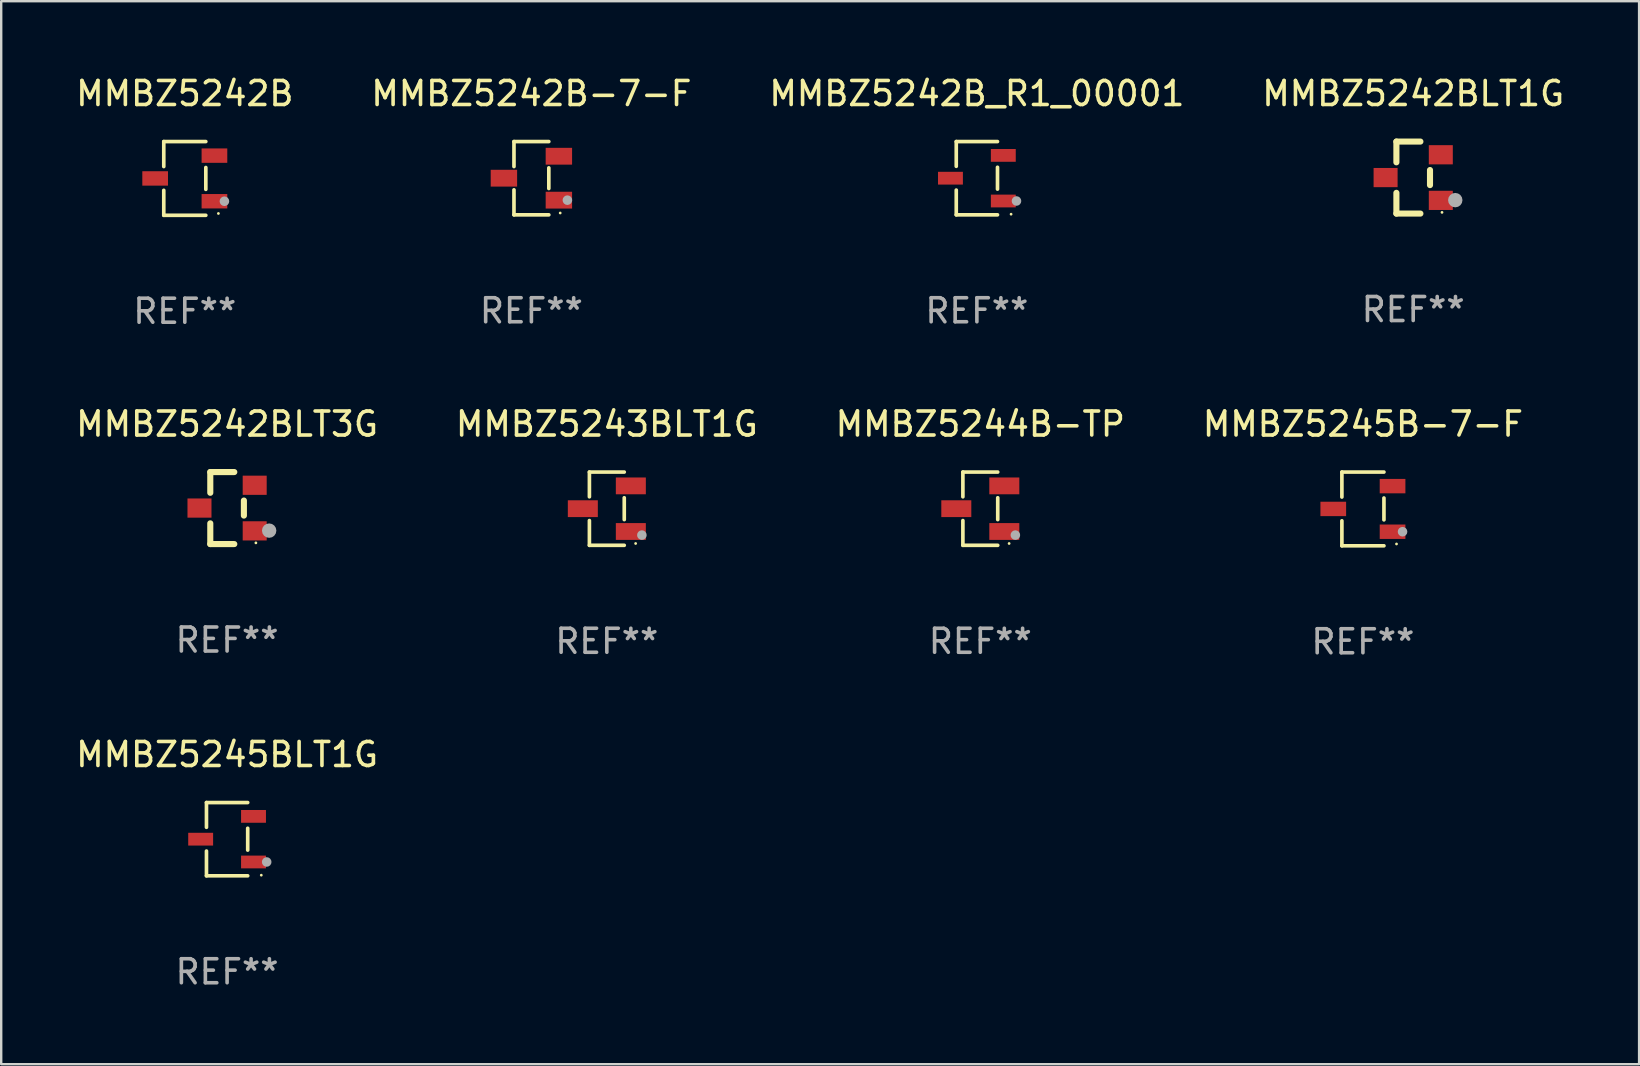
<source format=kicad_pcb>
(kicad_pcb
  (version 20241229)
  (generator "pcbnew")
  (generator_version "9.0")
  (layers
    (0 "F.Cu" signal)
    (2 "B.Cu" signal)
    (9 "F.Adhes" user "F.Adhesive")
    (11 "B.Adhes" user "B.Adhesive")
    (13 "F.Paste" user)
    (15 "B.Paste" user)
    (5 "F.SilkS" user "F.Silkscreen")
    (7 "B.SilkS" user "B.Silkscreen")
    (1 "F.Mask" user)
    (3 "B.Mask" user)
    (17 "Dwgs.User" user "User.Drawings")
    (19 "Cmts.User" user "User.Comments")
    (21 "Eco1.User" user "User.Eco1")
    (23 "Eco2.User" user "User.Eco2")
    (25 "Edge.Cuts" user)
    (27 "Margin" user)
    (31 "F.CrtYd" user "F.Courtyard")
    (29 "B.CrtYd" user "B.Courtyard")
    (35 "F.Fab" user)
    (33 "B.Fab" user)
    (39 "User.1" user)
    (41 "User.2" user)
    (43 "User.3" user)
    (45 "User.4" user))
  (footprint "MMBZ5242B"
    (layer "F.Cu")
    (at 4.649 4.384)
    (property "Reference" "MMBZ5242B" (at 0 -3.536 0) (layer "F.SilkS") (effects (font (size 1 1) (thickness 0.15))))
    (attr through_hole)
    (fp_line (start -0.876 -1.536) (end -0.876 -0.495) (stroke (width 0.152) (type solid)) (layer "F.SilkS"))
    (fp_line (start -0.876 1.536) (end -0.876 0.495) (stroke (width 0.152) (type solid)) (layer "F.SilkS"))
    (fp_line (start 0.876 -1.536) (end -0.876 -1.536) (stroke (width 0.152) (type solid)) (layer "F.SilkS"))
    (fp_line (start 0.876 -0.455) (end 0.876 0.455) (stroke (width 0.152) (type solid)) (layer "F.SilkS"))
    (fp_line (start 0.876 1.536) (end -0.876 1.536) (stroke (width 0.152) (type solid)) (layer "F.SilkS"))
    (fp_circle (center 1.4 1.46) (end 1.43 1.46) (stroke (width 0.06) (type solid)) (fill no) (layer "F.SilkS"))
    (fp_circle (center 1.651 0.95) (end 1.751 0.95) (stroke (width 0.2) (type solid)) (fill no) (layer "F.Fab"))
    (fp_text user "REF**" (at 0 5.536 0) (layer "F.Fab") (effects (font (size 1 1) (thickness 0.15))))
    (pad "1" smd rect (at 1.235 0.95) (size 1.07 0.6) (layers "F.Cu" "F.Mask" "F.Paste"))
    (pad "2" smd rect (at 1.235 -0.95) (size 1.07 0.6) (layers "F.Cu" "F.Mask" "F.Paste"))
    (pad "3" smd rect (at -1.235 0) (size 1.07 0.6) (layers "F.Cu" "F.Mask" "F.Paste")))
  (footprint "MMBZ5245B-7-F"
    (layer "F.Cu")
    (at 53.732 18.153)
    (property "Reference" "MMBZ5245B-7-F" (at 0 -3.536 0) (layer "F.SilkS") (effects (font (size 1 1) (thickness 0.15))))
    (attr through_hole)
    (fp_line (start -0.876 -1.536) (end -0.876 -0.495) (stroke (width 0.152) (type solid)) (layer "F.SilkS"))
    (fp_line (start -0.876 1.536) (end -0.876 0.495) (stroke (width 0.152) (type solid)) (layer "F.SilkS"))
    (fp_line (start 0.876 -1.536) (end -0.876 -1.536) (stroke (width 0.152) (type solid)) (layer "F.SilkS"))
    (fp_line (start 0.876 -0.455) (end 0.876 0.455) (stroke (width 0.152) (type solid)) (layer "F.SilkS"))
    (fp_line (start 0.876 1.536) (end -0.876 1.536) (stroke (width 0.152) (type solid)) (layer "F.SilkS"))
    (fp_circle (center 1.4 1.46) (end 1.43 1.46) (stroke (width 0.06) (type solid)) (fill no) (layer "F.SilkS"))
    (fp_circle (center 1.651 0.95) (end 1.751 0.95) (stroke (width 0.2) (type solid)) (fill no) (layer "F.Fab"))
    (fp_text user "REF**" (at 0 5.536 0) (layer "F.Fab") (effects (font (size 1 1) (thickness 0.15))))
    (pad "1" smd rect (at 1.235 0.95) (size 1.07 0.6) (layers "F.Cu" "F.Mask" "F.Paste"))
    (pad "2" smd rect (at 1.235 -0.95) (size 1.07 0.6) (layers "F.Cu" "F.Mask" "F.Paste"))
    (pad "3" smd rect (at -1.235 0) (size 1.07 0.6) (layers "F.Cu" "F.Mask" "F.Paste")))
  (footprint "MMBZ5242BLT1G"
    (layer "F.Cu")
    (at 55.827 4.348)
    (property "Reference" "MMBZ5242BLT1G" (at 0 -3.5 0) (layer "F.SilkS") (effects (font (size 1 1) (thickness 0.15))))
    (attr through_hole)
    (fp_line (start -0.7 -1.5) (end 0.3 -1.5) (stroke (width 0.254) (type solid)) (layer "F.SilkS"))
    (fp_line (start -0.7 -0.636) (end -0.7 -1.5) (stroke (width 0.254) (type solid)) (layer "F.SilkS"))
    (fp_line (start -0.7 1.5) (end -0.7 0.636) (stroke (width 0.254) (type solid)) (layer "F.SilkS"))
    (fp_line (start -0.7 1.5) (end 0.3 1.5) (stroke (width 0.254) (type solid)) (layer "F.SilkS"))
    (fp_line (start 0.7 0.314) (end 0.7 -0.314) (stroke (width 0.254) (type solid)) (layer "F.SilkS"))
    (fp_circle (center 1.2 1.45) (end 1.23 1.45) (stroke (width 0.06) (type solid)) (fill no) (layer "F.SilkS"))
    (fp_circle (center 1.753 0.94) (end 1.903 0.94) (stroke (width 0.3) (type solid)) (fill no) (layer "F.Fab"))
    (fp_text user "REF**" (at 0 5.5 0) (layer "F.Fab") (effects (font (size 1 1) (thickness 0.15))))
    (pad "1" smd rect (at 1.15 0.95 180) (size 1 0.8) (layers "F.Cu" "F.Mask" "F.Paste"))
    (pad "2" smd rect (at 1.15 -0.95 180) (size 1 0.8) (layers "F.Cu" "F.Mask" "F.Paste"))
    (pad "3" smd rect (at -1.15 -0.000051 180) (size 1 0.8) (layers "F.Cu" "F.Mask" "F.Paste")))
  (footprint "MMBZ5242B_R1_00001"
    (layer "F.Cu")
    (at 37.649 4.374)
    (property "Reference" "MMBZ5242B_R1_00001" (at 0 -3.526 0) (layer "F.SilkS") (effects (font (size 1 1) (thickness 0.15))))
    (attr through_hole)
    (fp_line (start -0.859 -1.526) (end -0.859 -0.495) (stroke (width 0.152) (type solid)) (layer "F.SilkS"))
    (fp_line (start -0.859 1.526) (end -0.859 0.495) (stroke (width 0.152) (type solid)) (layer "F.SilkS"))
    (fp_line (start 0.859 -1.526) (end -0.859 -1.526) (stroke (width 0.152) (type solid)) (layer "F.SilkS"))
    (fp_line (start 0.859 -0.455) (end 0.859 0.455) (stroke (width 0.152) (type solid)) (layer "F.SilkS"))
    (fp_line (start 0.859 1.526) (end -0.859 1.526) (stroke (width 0.152) (type solid)) (layer "F.SilkS"))
    (fp_circle (center 1.425 1.5) (end 1.455 1.5) (stroke (width 0.06) (type solid)) (fill no) (layer "F.SilkS"))
    (fp_circle (center 1.65 0.95) (end 1.75 0.95) (stroke (width 0.2) (type solid)) (fill no) (layer "F.Fab"))
    (fp_text user "REF**" (at 0 5.526 0) (layer "F.Fab") (effects (font (size 1 1) (thickness 0.15))))
    (pad "1" smd rect (at 1.101 0.95) (size 1.037 0.532) (layers "F.Cu" "F.Mask" "F.Paste"))
    (pad "2" smd rect (at 1.101 -0.95) (size 1.037 0.532) (layers "F.Cu" "F.Mask" "F.Paste"))
    (pad "3" smd rect (at -1.101 0) (size 1.037 0.532) (layers "F.Cu" "F.Mask" "F.Paste")))
  (footprint "MMBZ5242BLT3G"
    (layer "F.Cu")
    (at 6.411 18.117)
    (property "Reference" "MMBZ5242BLT3G" (at 0 -3.5 0) (layer "F.SilkS") (effects (font (size 1 1) (thickness 0.15))))
    (attr through_hole)
    (fp_line (start -0.7 -1.5) (end 0.3 -1.5) (stroke (width 0.254) (type solid)) (layer "F.SilkS"))
    (fp_line (start -0.7 -0.636) (end -0.7 -1.5) (stroke (width 0.254) (type solid)) (layer "F.SilkS"))
    (fp_line (start -0.7 1.5) (end -0.7 0.636) (stroke (width 0.254) (type solid)) (layer "F.SilkS"))
    (fp_line (start -0.7 1.5) (end 0.3 1.5) (stroke (width 0.254) (type solid)) (layer "F.SilkS"))
    (fp_line (start 0.7 0.314) (end 0.7 -0.314) (stroke (width 0.254) (type solid)) (layer "F.SilkS"))
    (fp_circle (center 1.2 1.45) (end 1.23 1.45) (stroke (width 0.06) (type solid)) (fill no) (layer "F.SilkS"))
    (fp_circle (center 1.753 0.94) (end 1.903 0.94) (stroke (width 0.3) (type solid)) (fill no) (layer "F.Fab"))
    (fp_text user "REF**" (at 0 5.5 0) (layer "F.Fab") (effects (font (size 1 1) (thickness 0.15))))
    (pad "1" smd rect (at 1.15 0.95 180) (size 1 0.8) (layers "F.Cu" "F.Mask" "F.Paste"))
    (pad "2" smd rect (at 1.15 -0.95 180) (size 1 0.8) (layers "F.Cu" "F.Mask" "F.Paste"))
    (pad "3" smd rect (at -1.15 -0.000051 180) (size 1 0.8) (layers "F.Cu" "F.Mask" "F.Paste")))
  (footprint "MMBZ5245BLT1G"
    (layer "F.Cu")
    (at 6.411 31.912)
    (property "Reference" "MMBZ5245BLT1G" (at 0 -3.526 0) (layer "F.SilkS") (effects (font (size 1 1) (thickness 0.15))))
    (attr through_hole)
    (fp_line (start -0.859 -1.526) (end -0.859 -0.495) (stroke (width 0.152) (type solid)) (layer "F.SilkS"))
    (fp_line (start -0.859 1.526) (end -0.859 0.495) (stroke (width 0.152) (type solid)) (layer "F.SilkS"))
    (fp_line (start 0.859 -1.526) (end -0.859 -1.526) (stroke (width 0.152) (type solid)) (layer "F.SilkS"))
    (fp_line (start 0.859 -0.455) (end 0.859 0.455) (stroke (width 0.152) (type solid)) (layer "F.SilkS"))
    (fp_line (start 0.859 1.526) (end -0.859 1.526) (stroke (width 0.152) (type solid)) (layer "F.SilkS"))
    (fp_circle (center 1.425 1.5) (end 1.455 1.5) (stroke (width 0.06) (type solid)) (fill no) (layer "F.SilkS"))
    (fp_circle (center 1.65 0.95) (end 1.75 0.95) (stroke (width 0.2) (type solid)) (fill no) (layer "F.Fab"))
    (fp_text user "REF**" (at 0 5.526 0) (layer "F.Fab") (effects (font (size 1 1) (thickness 0.15))))
    (pad "1" smd rect (at 1.101 0.95) (size 1.037 0.532) (layers "F.Cu" "F.Mask" "F.Paste"))
    (pad "2" smd rect (at 1.101 -0.95) (size 1.037 0.532) (layers "F.Cu" "F.Mask" "F.Paste"))
    (pad "3" smd rect (at -1.101 0) (size 1.037 0.532) (layers "F.Cu" "F.Mask" "F.Paste")))
  (footprint "MMBZ5242B-7-F"
    (layer "F.Cu")
    (at 19.089 4.374)
    (property "Reference" "MMBZ5242B-7-F" (at 0 -3.526 0) (layer "F.SilkS") (effects (font (size 1 1) (thickness 0.15))))
    (attr through_hole)
    (fp_line (start -0.726 -1.526) (end -0.726 -0.485) (stroke (width 0.152) (type solid)) (layer "F.SilkS"))
    (fp_line (start -0.726 1.526) (end -0.726 0.485) (stroke (width 0.152) (type solid)) (layer "F.SilkS"))
    (fp_line (start 0.726 -1.526) (end -0.726 -1.526) (stroke (width 0.152) (type solid)) (layer "F.SilkS"))
    (fp_line (start 0.726 -0.43) (end 0.726 0.43) (stroke (width 0.152) (type solid)) (layer "F.SilkS"))
    (fp_line (start 0.726 1.526) (end -0.726 1.526) (stroke (width 0.152) (type solid)) (layer "F.SilkS"))
    (fp_circle (center 1.2 1.45) (end 1.23 1.45) (stroke (width 0.06) (type solid)) (fill no) (layer "F.SilkS"))
    (fp_circle (center 1.5 0.915) (end 1.6 0.915) (stroke (width 0.2) (type solid)) (fill no) (layer "F.Fab"))
    (fp_text user "REF**" (at 0 5.526 0) (layer "F.Fab") (effects (font (size 1 1) (thickness 0.15))))
    (pad "1" smd rect (at 1.145 0.915 90) (size 0.7 1.1) (layers "F.Cu" "F.Mask" "F.Paste"))
    (pad "2" smd rect (at 1.145 -0.915 90) (size 0.7 1.1) (layers "F.Cu" "F.Mask" "F.Paste"))
    (pad "3" smd rect (at -1.145 0 90) (size 0.7 1.1) (layers "F.Cu" "F.Mask" "F.Paste")))
  (footprint "MMBZ5243BLT1G"
    (layer "F.Cu")
    (at 22.232 18.143)
    (property "Reference" "MMBZ5243BLT1G" (at 0 -3.526 0) (layer "F.SilkS") (effects (font (size 1 1) (thickness 0.15))))
    (attr through_hole)
    (fp_line (start -0.726 -1.526) (end -0.726 -0.495) (stroke (width 0.152) (type solid)) (layer "F.SilkS"))
    (fp_line (start -0.726 1.526) (end -0.726 0.495) (stroke (width 0.152) (type solid)) (layer "F.SilkS"))
    (fp_line (start 0.726 -1.526) (end -0.726 -1.526) (stroke (width 0.152) (type solid)) (layer "F.SilkS"))
    (fp_line (start 0.726 -0.455) (end 0.726 0.455) (stroke (width 0.152) (type solid)) (layer "F.SilkS"))
    (fp_line (start 0.726 1.526) (end -0.726 1.526) (stroke (width 0.152) (type solid)) (layer "F.SilkS"))
    (fp_circle (center 1.2 1.45) (end 1.23 1.45) (stroke (width 0.06) (type solid)) (fill no) (layer "F.SilkS"))
    (fp_circle (center 1.46 1.1) (end 1.56 1.1) (stroke (width 0.2) (type solid)) (fill no) (layer "F.Fab"))
    (fp_text user "REF**" (at 0 5.526 0) (layer "F.Fab") (effects (font (size 1 1) (thickness 0.15))))
    (pad "1" smd rect (at 1 0.95) (size 1.25 0.7) (layers "F.Cu" "F.Mask" "F.Paste"))
    (pad "2" smd rect (at 1 -0.95) (size 1.25 0.7) (layers "F.Cu" "F.Mask" "F.Paste"))
    (pad "3" smd rect (at -1 0) (size 1.25 0.7) (layers "F.Cu" "F.Mask" "F.Paste")))
  (footprint "MMBZ5244B-TP"
    (layer "F.Cu")
    (at 37.792 18.143)
    (property "Reference" "MMBZ5244B-TP" (at 0 -3.526 0) (layer "F.SilkS") (effects (font (size 1 1) (thickness 0.15))))
    (attr through_hole)
    (fp_line (start -0.726 -1.526) (end -0.726 -0.495) (stroke (width 0.152) (type solid)) (layer "F.SilkS"))
    (fp_line (start -0.726 1.526) (end -0.726 0.495) (stroke (width 0.152) (type solid)) (layer "F.SilkS"))
    (fp_line (start 0.726 -1.526) (end -0.726 -1.526) (stroke (width 0.152) (type solid)) (layer "F.SilkS"))
    (fp_line (start 0.726 -0.455) (end 0.726 0.455) (stroke (width 0.152) (type solid)) (layer "F.SilkS"))
    (fp_line (start 0.726 1.526) (end -0.726 1.526) (stroke (width 0.152) (type solid)) (layer "F.SilkS"))
    (fp_circle (center 1.2 1.45) (end 1.23 1.45) (stroke (width 0.06) (type solid)) (fill no) (layer "F.SilkS"))
    (fp_circle (center 1.46 1.1) (end 1.56 1.1) (stroke (width 0.2) (type solid)) (fill no) (layer "F.Fab"))
    (fp_text user "REF**" (at 0 5.526 0) (layer "F.Fab") (effects (font (size 1 1) (thickness 0.15))))
    (pad "1" smd rect (at 1 0.95) (size 1.25 0.7) (layers "F.Cu" "F.Mask" "F.Paste"))
    (pad "2" smd rect (at 1 -0.95) (size 1.25 0.7) (layers "F.Cu" "F.Mask" "F.Paste"))
    (pad "3" smd rect (at -1 0) (size 1.25 0.7) (layers "F.Cu" "F.Mask" "F.Paste")))
  (gr_rect
    (start -3 -3)
    (end 65.238 41.287)
    (stroke (width 0.1) (type default))
    (fill no)
    (layer "Edge.Cuts")))
</source>
